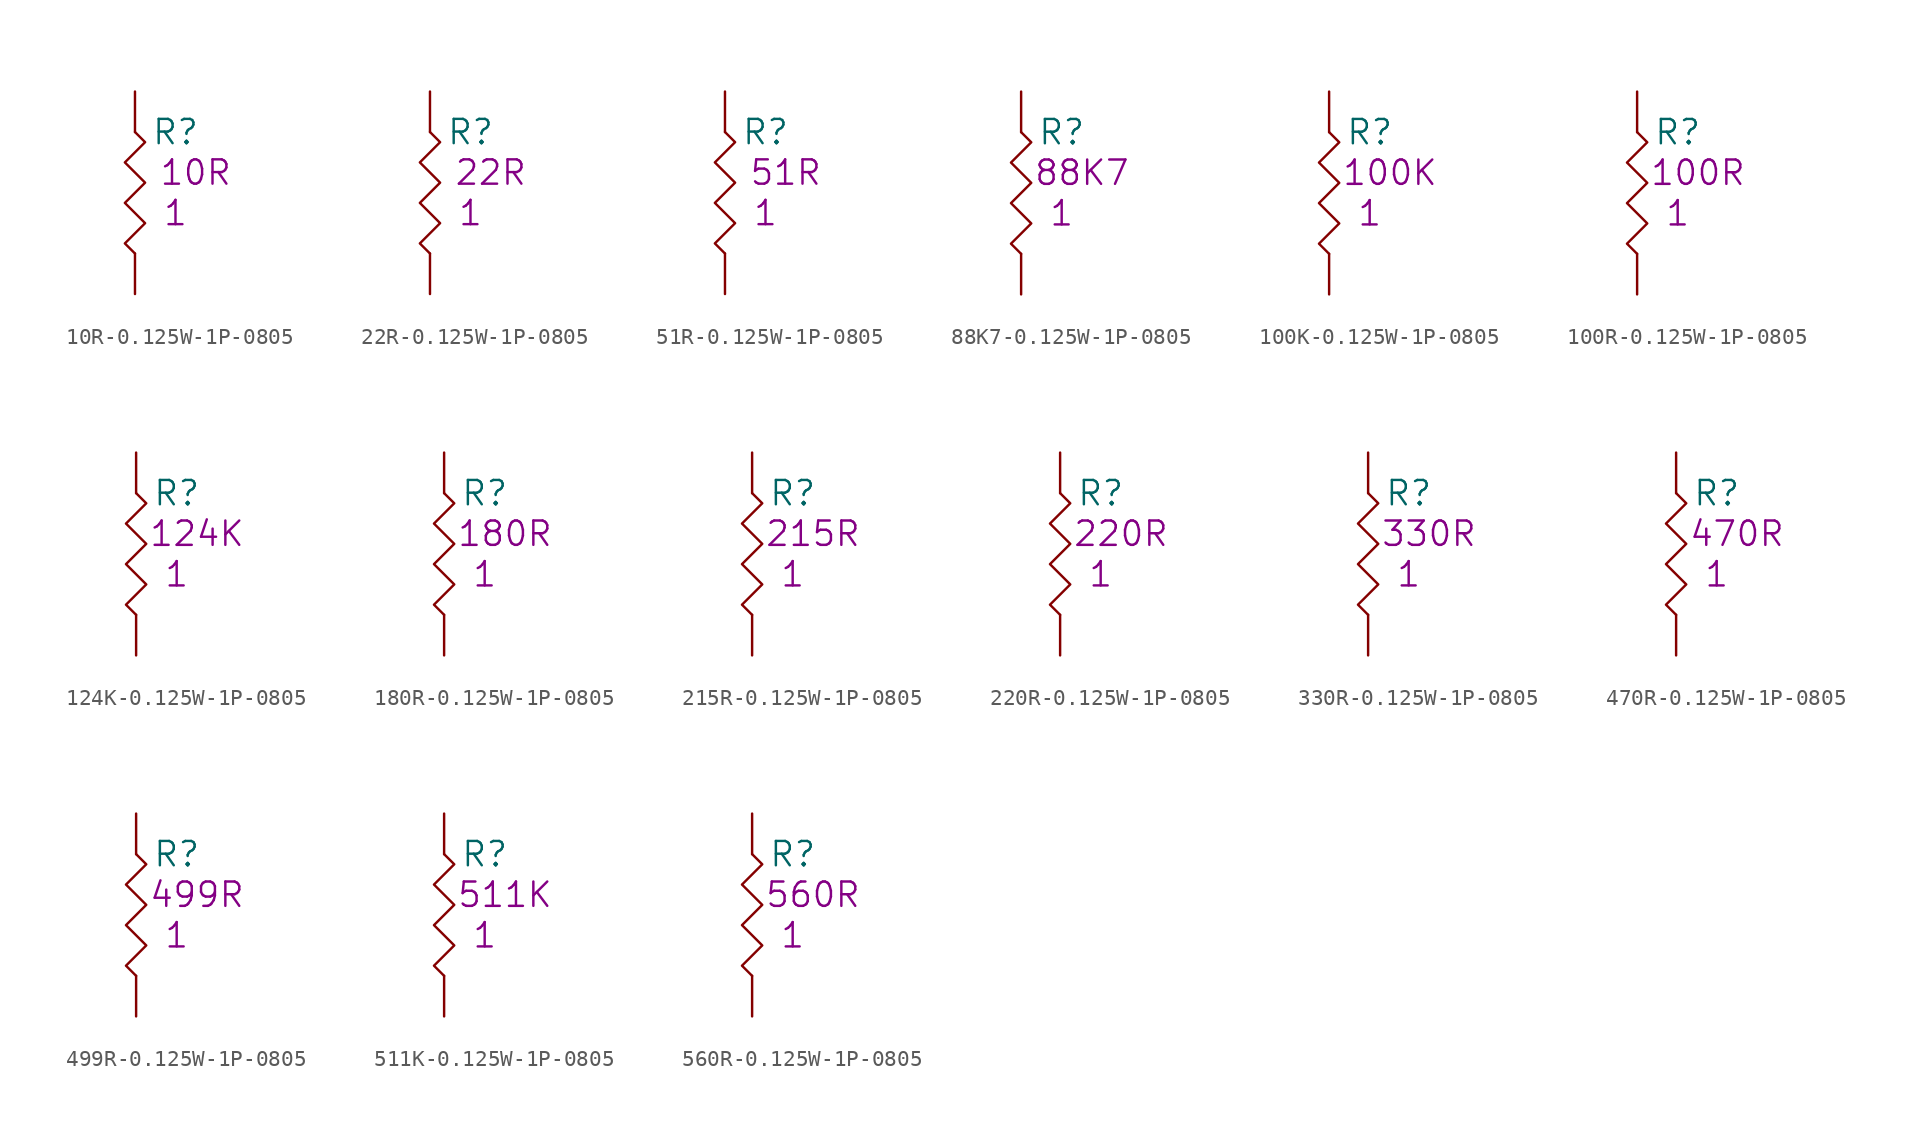
<source format=kicad_sym>
(kicad_symbol_lib
  (version 20201005)
  (generator kicad_symbol_editor)
  (symbol "10R-0.125W-1P-0805"
    (pin_numbers hide)
    (pin_names
      (offset 1.27) hide)
    (property "Reference" "R"
      (at 2.54 -2.54 0)
      (effects (font (size 1.524 1.524))))
    (property "Qty" "1"
      (at 2.54 -7.62 0)
      (effects (font (size 1.524 1.524))))
    (property "Desc1" "10R"
      (at 3.81 -5.08 0)
      (effects (font (size 1.524 1.524))))
    (symbol "10R-0.125W-1P-0805_0_1"
      (polyline (pts (xy 0 -2.54) (xy 0.635 -3.175) (xy -0.635 -4.445) (xy 0.635 -5.715) (xy -0.635 -6.985) (xy 0.635 -8.255) (xy -0.635 -9.525) (xy 0 -10.16)) (stroke (width 0)) (fill (type none))))
    (symbol "10R-0.125W-1P-0805_1_1"
      (pin passive line (at 0 0 270) (length 2.54) (name "1" (effects (font (size 1.27 1.27)))) (number "1" (effects (font (size 1.27 1.27)))))
      (pin passive line (at 0 -12.7 90) (length 2.54) (name "2" (effects (font (size 1.27 1.27)))) (number "2" (effects (font (size 1.27 1.27)))))))
  (symbol "22R-0.125W-1P-0805"
    (pin_numbers hide)
    (pin_names
      (offset 1.27) hide)
    (property "Reference" "R"
      (at 2.54 -2.54 0)
      (effects (font (size 1.524 1.524))))
    (property "Qty" "1"
      (at 2.54 -7.62 0)
      (effects (font (size 1.524 1.524))))
    (property "Desc1" "22R"
      (at 3.81 -5.08 0)
      (effects (font (size 1.524 1.524))))
    (symbol "22R-0.125W-1P-0805_0_1"
      (polyline (pts (xy 0 -2.54) (xy 0.635 -3.175) (xy -0.635 -4.445) (xy 0.635 -5.715) (xy -0.635 -6.985) (xy 0.635 -8.255) (xy -0.635 -9.525) (xy 0 -10.16)) (stroke (width 0)) (fill (type none))))
    (symbol "22R-0.125W-1P-0805_1_1"
      (pin passive line (at 0 0 270) (length 2.54) (name "1" (effects (font (size 1.27 1.27)))) (number "1" (effects (font (size 1.27 1.27)))))
      (pin passive line (at 0 -12.7 90) (length 2.54) (name "2" (effects (font (size 1.27 1.27)))) (number "2" (effects (font (size 1.27 1.27)))))))
  (symbol "51R-0.125W-1P-0805"
    (pin_numbers hide)
    (pin_names
      (offset 1.27) hide)
    (property "Reference" "R"
      (at 2.54 -2.54 0)
      (effects (font (size 1.524 1.524))))
    (property "Qty" "1"
      (at 2.54 -7.62 0)
      (effects (font (size 1.524 1.524))))
    (property "Desc1" "51R"
      (at 3.81 -5.08 0)
      (effects (font (size 1.524 1.524))))
    (symbol "51R-0.125W-1P-0805_0_1"
      (polyline (pts (xy 0 -2.54) (xy 0.635 -3.175) (xy -0.635 -4.445) (xy 0.635 -5.715) (xy -0.635 -6.985) (xy 0.635 -8.255) (xy -0.635 -9.525) (xy 0 -10.16)) (stroke (width 0)) (fill (type none))))
    (symbol "51R-0.125W-1P-0805_1_1"
      (pin passive line (at 0 0 270) (length 2.54) (name "1" (effects (font (size 1.27 1.27)))) (number "1" (effects (font (size 1.27 1.27)))))
      (pin passive line (at 0 -12.7 90) (length 2.54) (name "2" (effects (font (size 1.27 1.27)))) (number "2" (effects (font (size 1.27 1.27)))))))
  (symbol "88K7-0.125W-1P-0805"
    (pin_numbers hide)
    (pin_names
      (offset 1.27) hide)
    (property "Reference" "R"
      (at 2.54 -2.54 0)
      (effects (font (size 1.524 1.524))))
    (property "Qty" "1"
      (at 2.54 -7.62 0)
      (effects (font (size 1.524 1.524))))
    (property "Desc1" "88K7"
      (at 3.81 -5.08 0)
      (effects (font (size 1.524 1.524))))
    (symbol "88K7-0.125W-1P-0805_0_1"
      (polyline (pts (xy 0 -2.54) (xy 0.635 -3.175) (xy -0.635 -4.445) (xy 0.635 -5.715) (xy -0.635 -6.985) (xy 0.635 -8.255) (xy -0.635 -9.525) (xy 0 -10.16)) (stroke (width 0)) (fill (type none))))
    (symbol "88K7-0.125W-1P-0805_1_1"
      (pin passive line (at 0 0 270) (length 2.54) (name "1" (effects (font (size 1.27 1.27)))) (number "1" (effects (font (size 1.27 1.27)))))
      (pin passive line (at 0 -12.7 90) (length 2.54) (name "2" (effects (font (size 1.27 1.27)))) (number "2" (effects (font (size 1.27 1.27)))))))
  (symbol "100K-0.125W-1P-0805"
    (pin_numbers hide)
    (pin_names
      (offset 1.27) hide)
    (property "Reference" "R"
      (at 2.54 -2.54 0)
      (effects (font (size 1.524 1.524))))
    (property "Qty" "1"
      (at 2.54 -7.62 0)
      (effects (font (size 1.524 1.524))))
    (property "Desc1" "100K"
      (at 3.81 -5.08 0)
      (effects (font (size 1.524 1.524))))
    (symbol "100K-0.125W-1P-0805_0_1"
      (polyline (pts (xy 0 -2.54) (xy 0.635 -3.175) (xy -0.635 -4.445) (xy 0.635 -5.715) (xy -0.635 -6.985) (xy 0.635 -8.255) (xy -0.635 -9.525) (xy 0 -10.16)) (stroke (width 0)) (fill (type none))))
    (symbol "100K-0.125W-1P-0805_1_1"
      (pin passive line (at 0 0 270) (length 2.54) (name "1" (effects (font (size 1.27 1.27)))) (number "1" (effects (font (size 1.27 1.27)))))
      (pin passive line (at 0 -12.7 90) (length 2.54) (name "2" (effects (font (size 1.27 1.27)))) (number "2" (effects (font (size 1.27 1.27)))))))
  (symbol "100R-0.125W-1P-0805"
    (pin_numbers hide)
    (pin_names
      (offset 1.27) hide)
    (property "Reference" "R"
      (at 2.54 -2.54 0)
      (effects (font (size 1.524 1.524))))
    (property "Qty" "1"
      (at 2.54 -7.62 0)
      (effects (font (size 1.524 1.524))))
    (property "Desc1" "100R"
      (at 3.81 -5.08 0)
      (effects (font (size 1.524 1.524))))
    (symbol "100R-0.125W-1P-0805_0_1"
      (polyline (pts (xy 0 -2.54) (xy 0.635 -3.175) (xy -0.635 -4.445) (xy 0.635 -5.715) (xy -0.635 -6.985) (xy 0.635 -8.255) (xy -0.635 -9.525) (xy 0 -10.16)) (stroke (width 0)) (fill (type none))))
    (symbol "100R-0.125W-1P-0805_1_1"
      (pin passive line (at 0 0 270) (length 2.54) (name "1" (effects (font (size 1.27 1.27)))) (number "1" (effects (font (size 1.27 1.27)))))
      (pin passive line (at 0 -12.7 90) (length 2.54) (name "2" (effects (font (size 1.27 1.27)))) (number "2" (effects (font (size 1.27 1.27)))))))
  (symbol "124K-0.125W-1P-0805"
    (pin_numbers hide)
    (pin_names
      (offset 1.27) hide)
    (property "Reference" "R"
      (at 2.54 -2.54 0)
      (effects (font (size 1.524 1.524))))
    (property "Qty" "1"
      (at 2.54 -7.62 0)
      (effects (font (size 1.524 1.524))))
    (property "Desc1" "124K"
      (at 3.81 -5.08 0)
      (effects (font (size 1.524 1.524))))
    (symbol "124K-0.125W-1P-0805_0_1"
      (polyline (pts (xy 0 -2.54) (xy 0.635 -3.175) (xy -0.635 -4.445) (xy 0.635 -5.715) (xy -0.635 -6.985) (xy 0.635 -8.255) (xy -0.635 -9.525) (xy 0 -10.16)) (stroke (width 0)) (fill (type none))))
    (symbol "124K-0.125W-1P-0805_1_1"
      (pin passive line (at 0 0 270) (length 2.54) (name "1" (effects (font (size 1.27 1.27)))) (number "1" (effects (font (size 1.27 1.27)))))
      (pin passive line (at 0 -12.7 90) (length 2.54) (name "2" (effects (font (size 1.27 1.27)))) (number "2" (effects (font (size 1.27 1.27)))))))
  (symbol "180R-0.125W-1P-0805"
    (pin_numbers hide)
    (pin_names
      (offset 1.27) hide)
    (property "Reference" "R"
      (at 2.54 -2.54 0)
      (effects (font (size 1.524 1.524))))
    (property "Qty" "1"
      (at 2.54 -7.62 0)
      (effects (font (size 1.524 1.524))))
    (property "Desc1" "180R"
      (at 3.81 -5.08 0)
      (effects (font (size 1.524 1.524))))
    (symbol "180R-0.125W-1P-0805_0_1"
      (polyline (pts (xy 0 -2.54) (xy 0.635 -3.175) (xy -0.635 -4.445) (xy 0.635 -5.715) (xy -0.635 -6.985) (xy 0.635 -8.255) (xy -0.635 -9.525) (xy 0 -10.16)) (stroke (width 0)) (fill (type none))))
    (symbol "180R-0.125W-1P-0805_1_1"
      (pin passive line (at 0 0 270) (length 2.54) (name "1" (effects (font (size 1.27 1.27)))) (number "1" (effects (font (size 1.27 1.27)))))
      (pin passive line (at 0 -12.7 90) (length 2.54) (name "2" (effects (font (size 1.27 1.27)))) (number "2" (effects (font (size 1.27 1.27)))))))
  (symbol "215R-0.125W-1P-0805"
    (pin_numbers hide)
    (pin_names
      (offset 1.27) hide)
    (property "Reference" "R"
      (at 2.54 -2.54 0)
      (effects (font (size 1.524 1.524))))
    (property "Qty" "1"
      (at 2.54 -7.62 0)
      (effects (font (size 1.524 1.524))))
    (property "Desc1" "215R"
      (at 3.81 -5.08 0)
      (effects (font (size 1.524 1.524))))
    (symbol "215R-0.125W-1P-0805_0_1"
      (polyline (pts (xy 0 -2.54) (xy 0.635 -3.175) (xy -0.635 -4.445) (xy 0.635 -5.715) (xy -0.635 -6.985) (xy 0.635 -8.255) (xy -0.635 -9.525) (xy 0 -10.16)) (stroke (width 0)) (fill (type none))))
    (symbol "215R-0.125W-1P-0805_1_1"
      (pin passive line (at 0 0 270) (length 2.54) (name "1" (effects (font (size 1.27 1.27)))) (number "1" (effects (font (size 1.27 1.27)))))
      (pin passive line (at 0 -12.7 90) (length 2.54) (name "2" (effects (font (size 1.27 1.27)))) (number "2" (effects (font (size 1.27 1.27)))))))
  (symbol "220R-0.125W-1P-0805"
    (pin_numbers hide)
    (pin_names
      (offset 1.27) hide)
    (property "Reference" "R"
      (at 2.54 -2.54 0)
      (effects (font (size 1.524 1.524))))
    (property "Qty" "1"
      (at 2.54 -7.62 0)
      (effects (font (size 1.524 1.524))))
    (property "Desc1" "220R"
      (at 3.81 -5.08 0)
      (effects (font (size 1.524 1.524))))
    (symbol "220R-0.125W-1P-0805_0_1"
      (polyline (pts (xy 0 -2.54) (xy 0.635 -3.175) (xy -0.635 -4.445) (xy 0.635 -5.715) (xy -0.635 -6.985) (xy 0.635 -8.255) (xy -0.635 -9.525) (xy 0 -10.16)) (stroke (width 0)) (fill (type none))))
    (symbol "220R-0.125W-1P-0805_1_1"
      (pin passive line (at 0 0 270) (length 2.54) (name "1" (effects (font (size 1.27 1.27)))) (number "1" (effects (font (size 1.27 1.27)))))
      (pin passive line (at 0 -12.7 90) (length 2.54) (name "2" (effects (font (size 1.27 1.27)))) (number "2" (effects (font (size 1.27 1.27)))))))
  (symbol "330R-0.125W-1P-0805"
    (pin_numbers hide)
    (pin_names
      (offset 1.27) hide)
    (property "Reference" "R"
      (at 2.54 -2.54 0)
      (effects (font (size 1.524 1.524))))
    (property "Qty" "1"
      (at 2.54 -7.62 0)
      (effects (font (size 1.524 1.524))))
    (property "Desc1" "330R"
      (at 3.81 -5.08 0)
      (effects (font (size 1.524 1.524))))
    (symbol "330R-0.125W-1P-0805_0_1"
      (polyline (pts (xy 0 -2.54) (xy 0.635 -3.175) (xy -0.635 -4.445) (xy 0.635 -5.715) (xy -0.635 -6.985) (xy 0.635 -8.255) (xy -0.635 -9.525) (xy 0 -10.16)) (stroke (width 0)) (fill (type none))))
    (symbol "330R-0.125W-1P-0805_1_1"
      (pin passive line (at 0 0 270) (length 2.54) (name "1" (effects (font (size 1.27 1.27)))) (number "1" (effects (font (size 1.27 1.27)))))
      (pin passive line (at 0 -12.7 90) (length 2.54) (name "2" (effects (font (size 1.27 1.27)))) (number "2" (effects (font (size 1.27 1.27)))))))
  (symbol "470R-0.125W-1P-0805"
    (pin_numbers hide)
    (pin_names
      (offset 1.27) hide)
    (property "Reference" "R"
      (at 2.54 -2.54 0)
      (effects (font (size 1.524 1.524))))
    (property "Qty" "1"
      (at 2.54 -7.62 0)
      (effects (font (size 1.524 1.524))))
    (property "Desc1" "470R"
      (at 3.81 -5.08 0)
      (effects (font (size 1.524 1.524))))
    (symbol "470R-0.125W-1P-0805_0_1"
      (polyline (pts (xy 0 -2.54) (xy 0.635 -3.175) (xy -0.635 -4.445) (xy 0.635 -5.715) (xy -0.635 -6.985) (xy 0.635 -8.255) (xy -0.635 -9.525) (xy 0 -10.16)) (stroke (width 0)) (fill (type none))))
    (symbol "470R-0.125W-1P-0805_1_1"
      (pin passive line (at 0 0 270) (length 2.54) (name "1" (effects (font (size 1.27 1.27)))) (number "1" (effects (font (size 1.27 1.27)))))
      (pin passive line (at 0 -12.7 90) (length 2.54) (name "2" (effects (font (size 1.27 1.27)))) (number "2" (effects (font (size 1.27 1.27)))))))
  (symbol "499R-0.125W-1P-0805"
    (pin_numbers hide)
    (pin_names
      (offset 1.27) hide)
    (property "Reference" "R"
      (at 2.54 -2.54 0)
      (effects (font (size 1.524 1.524))))
    (property "Qty" "1"
      (at 2.54 -7.62 0)
      (effects (font (size 1.524 1.524))))
    (property "Desc1" "499R"
      (at 3.81 -5.08 0)
      (effects (font (size 1.524 1.524))))
    (symbol "499R-0.125W-1P-0805_0_1"
      (polyline (pts (xy 0 -2.54) (xy 0.635 -3.175) (xy -0.635 -4.445) (xy 0.635 -5.715) (xy -0.635 -6.985) (xy 0.635 -8.255) (xy -0.635 -9.525) (xy 0 -10.16)) (stroke (width 0)) (fill (type none))))
    (symbol "499R-0.125W-1P-0805_1_1"
      (pin passive line (at 0 0 270) (length 2.54) (name "1" (effects (font (size 1.27 1.27)))) (number "1" (effects (font (size 1.27 1.27)))))
      (pin passive line (at 0 -12.7 90) (length 2.54) (name "2" (effects (font (size 1.27 1.27)))) (number "2" (effects (font (size 1.27 1.27)))))))
  (symbol "511K-0.125W-1P-0805"
    (pin_numbers hide)
    (pin_names
      (offset 1.27) hide)
    (property "Reference" "R"
      (at 2.54 -2.54 0)
      (effects (font (size 1.524 1.524))))
    (property "Qty" "1"
      (at 2.54 -7.62 0)
      (effects (font (size 1.524 1.524))))
    (property "Desc1" "511K"
      (at 3.81 -5.08 0)
      (effects (font (size 1.524 1.524))))
    (symbol "511K-0.125W-1P-0805_0_1"
      (polyline (pts (xy 0 -2.54) (xy 0.635 -3.175) (xy -0.635 -4.445) (xy 0.635 -5.715) (xy -0.635 -6.985) (xy 0.635 -8.255) (xy -0.635 -9.525) (xy 0 -10.16)) (stroke (width 0)) (fill (type none))))
    (symbol "511K-0.125W-1P-0805_1_1"
      (pin passive line (at 0 0 270) (length 2.54) (name "1" (effects (font (size 1.27 1.27)))) (number "1" (effects (font (size 1.27 1.27)))))
      (pin passive line (at 0 -12.7 90) (length 2.54) (name "2" (effects (font (size 1.27 1.27)))) (number "2" (effects (font (size 1.27 1.27)))))))
  (symbol "560R-0.125W-1P-0805"
    (pin_numbers hide)
    (pin_names
      (offset 1.27) hide)
    (property "Reference" "R"
      (at 2.54 -2.54 0)
      (effects (font (size 1.524 1.524))))
    (property "Qty" "1"
      (at 2.54 -7.62 0)
      (effects (font (size 1.524 1.524))))
    (property "Desc1" "560R"
      (at 3.81 -5.08 0)
      (effects (font (size 1.524 1.524))))
    (symbol "560R-0.125W-1P-0805_0_1"
      (polyline (pts (xy 0 -2.54) (xy 0.635 -3.175) (xy -0.635 -4.445) (xy 0.635 -5.715) (xy -0.635 -6.985) (xy 0.635 -8.255) (xy -0.635 -9.525) (xy 0 -10.16)) (stroke (width 0)) (fill (type none))))
    (symbol "560R-0.125W-1P-0805_1_1"
      (pin passive line (at 0 0 270) (length 2.54) (name "1" (effects (font (size 1.27 1.27)))) (number "1" (effects (font (size 1.27 1.27)))))
      (pin passive line (at 0 -12.7 90) (length 2.54) (name "2" (effects (font (size 1.27 1.27)))) (number "2" (effects (font (size 1.27 1.27))))))))
</source>
